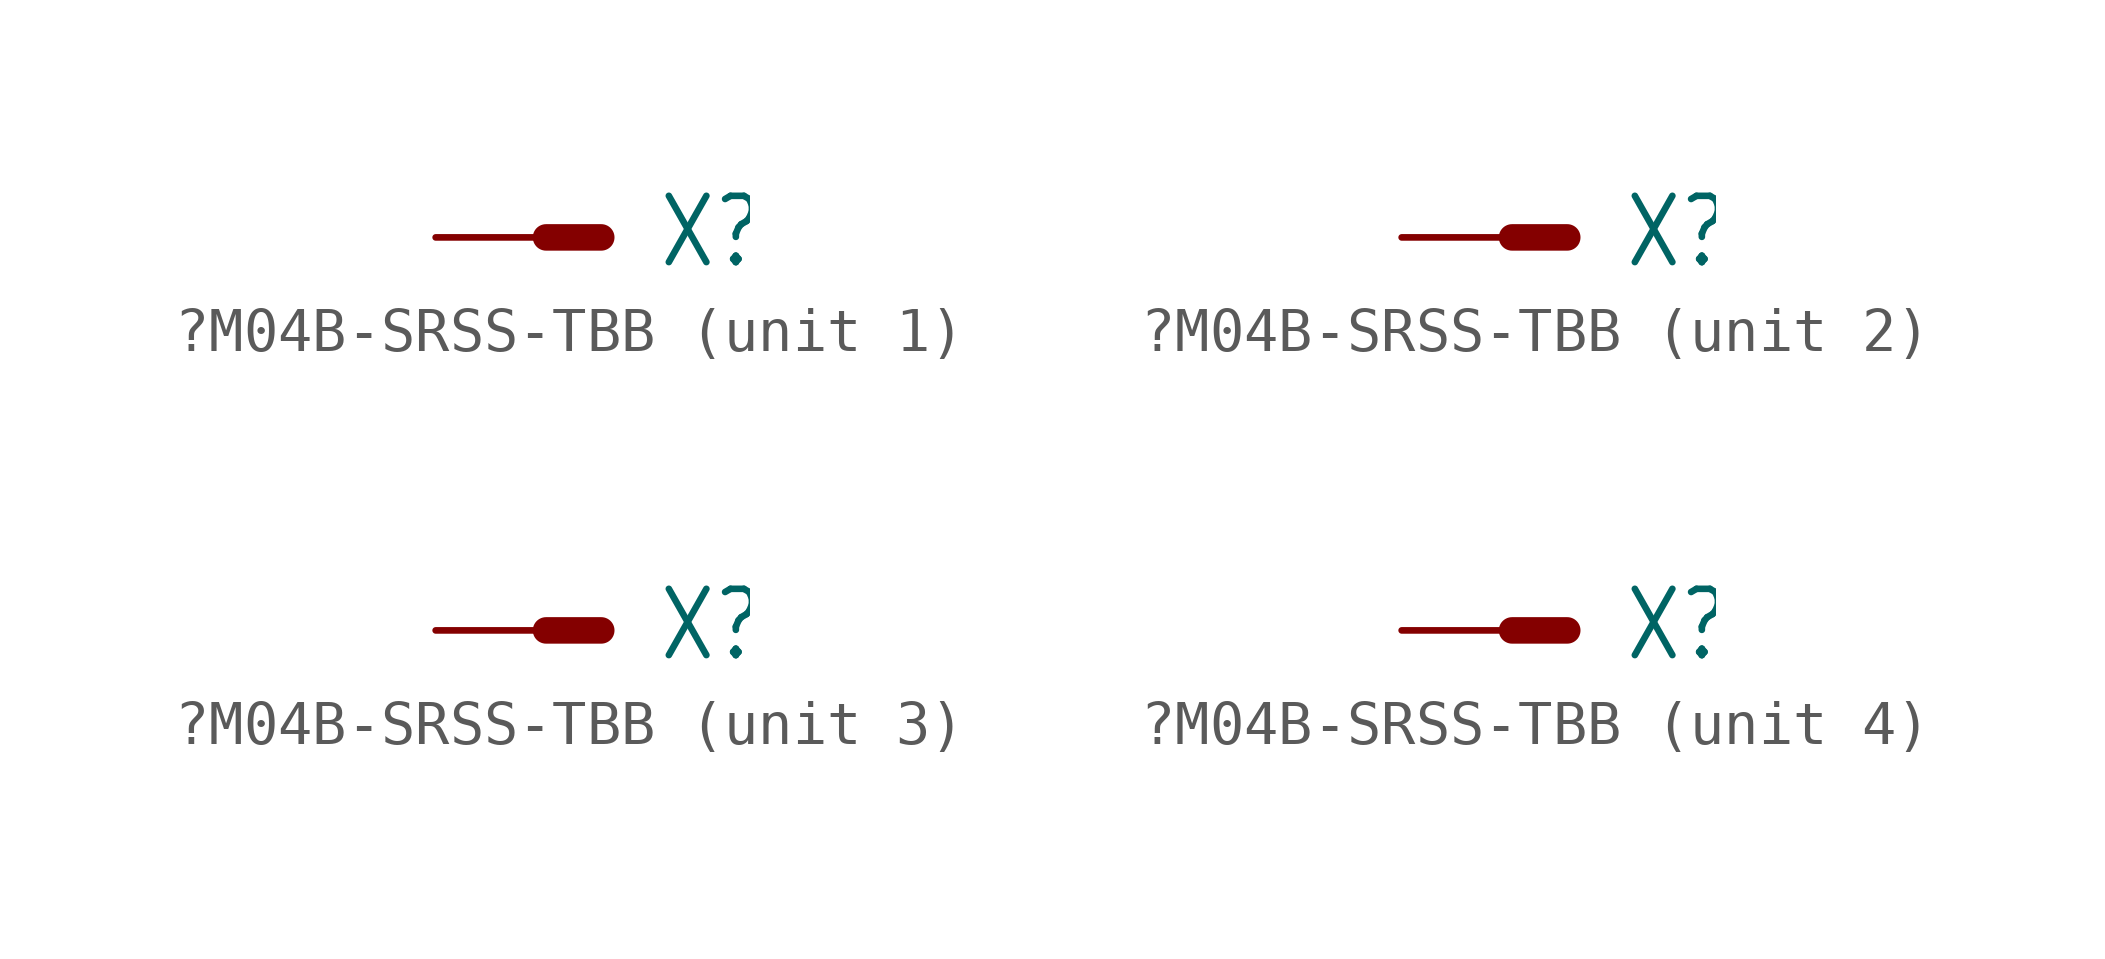
<source format=kicad_sym>
(kicad_symbol_lib
  (version 20241209)
  (generator "kicad_symbol_editor")
  (generator_version "9.0")
  (symbol "?M04B-SRSS-TBB"
    (property "Reference" "X"
      (at 2.54 -0.762 0)
      (effects (font (size 1.524 1.295)) (justify left bottom)))
    (property "ki_locked" ""
      (at 0 0 0)
      (effects (font (size 1.27 1.27))))
    (symbol "?M04B-SRSS-TBB_1_0"
      (polyline (pts (xy 1.27 0) (xy 0 0)) (stroke (width 0.61) (type solid)) (fill (type none)))
      (pin passive line (at -2.54 0 0) (length 2.54) (name "S" (effects (font (size 0 0)))) (number "1" (effects (font (size 0 0))))))
    (symbol "?M04B-SRSS-TBB_2_0"
      (polyline (pts (xy 1.27 0) (xy 0 0)) (stroke (width 0.61) (type solid)) (fill (type none)))
      (pin passive line (at -2.54 0 0) (length 2.54) (name "S" (effects (font (size 0 0)))) (number "2" (effects (font (size 0 0))))))
    (symbol "?M04B-SRSS-TBB_3_0"
      (polyline (pts (xy 1.27 0) (xy 0 0)) (stroke (width 0.61) (type solid)) (fill (type none)))
      (pin passive line (at -2.54 0 0) (length 2.54) (name "S" (effects (font (size 0 0)))) (number "3" (effects (font (size 0 0))))))
    (symbol "?M04B-SRSS-TBB_4_0"
      (polyline (pts (xy 1.27 0) (xy 0 0)) (stroke (width 0.61) (type solid)) (fill (type none)))
      (pin passive line (at -2.54 0 0) (length 2.54) (name "S" (effects (font (size 0 0)))) (number "4" (effects (font (size 0 0))))))))
</source>
